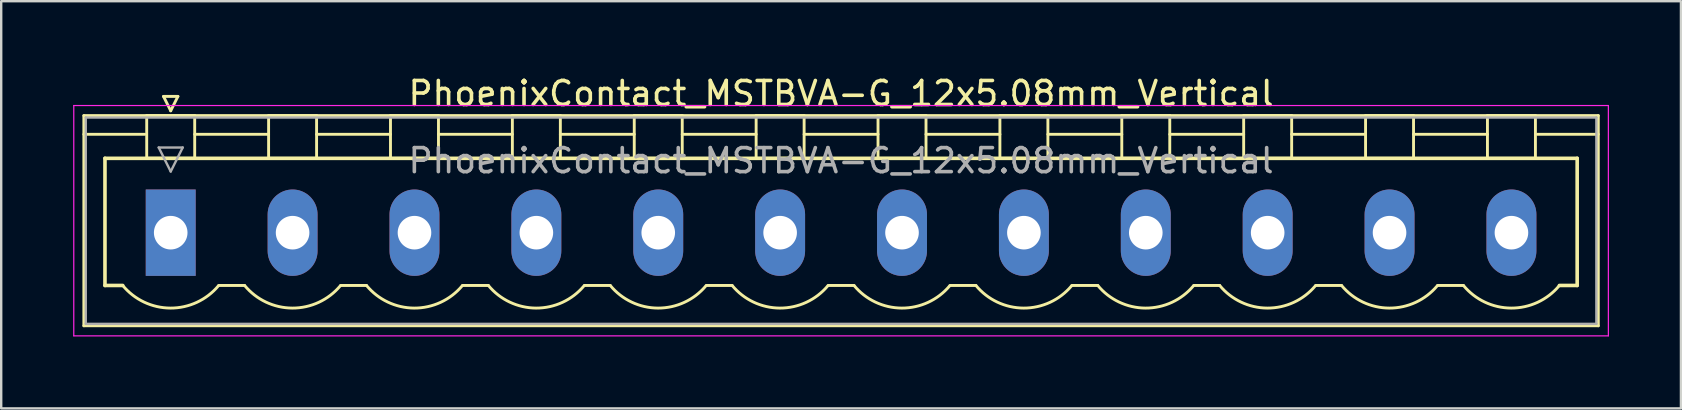
<source format=kicad_pcb>
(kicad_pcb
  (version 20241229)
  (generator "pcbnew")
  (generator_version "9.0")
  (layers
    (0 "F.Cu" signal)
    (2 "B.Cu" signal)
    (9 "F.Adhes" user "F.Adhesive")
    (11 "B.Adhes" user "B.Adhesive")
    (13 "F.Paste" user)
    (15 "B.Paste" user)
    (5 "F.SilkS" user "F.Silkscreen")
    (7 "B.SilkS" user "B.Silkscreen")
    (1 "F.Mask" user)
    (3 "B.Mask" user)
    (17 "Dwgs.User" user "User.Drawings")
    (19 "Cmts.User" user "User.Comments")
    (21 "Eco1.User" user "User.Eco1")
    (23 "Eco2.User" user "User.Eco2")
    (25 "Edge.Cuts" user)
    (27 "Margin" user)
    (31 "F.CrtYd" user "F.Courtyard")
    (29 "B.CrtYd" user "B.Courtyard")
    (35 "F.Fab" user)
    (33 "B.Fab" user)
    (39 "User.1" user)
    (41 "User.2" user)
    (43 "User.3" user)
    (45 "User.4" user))
  (footprint "PhoenixContact_MSTBVA-G_12x5.08mm_Vertical"
    (layer "F.Cu")
    (at 4.065 6.648)
    (property "Reference" "PhoenixContact_MSTBVA-G_12x5.08mm_Vertical" (at 27.94 -5.8 0) (layer "F.SilkS") (effects (font (size 1 1) (thickness 0.15))))
    (attr through_hole)
    (fp_line (start -3.62 -4.88) (end -3.62 3.88) (stroke (width 0.12) (type solid)) (layer "F.SilkS"))
    (fp_line (start -3.62 -4.1) (end -1.08 -4.1) (stroke (width 0.12) (type solid)) (layer "F.SilkS"))
    (fp_line (start -3.62 3.88) (end 59.5 3.88) (stroke (width 0.12) (type solid)) (layer "F.SilkS"))
    (fp_line (start -2.74 -3.1) (end 58.62 -3.1) (stroke (width 0.15) (type solid)) (layer "F.SilkS"))
    (fp_line (start -2.74 2.2) (end -2.74 -3.1) (stroke (width 0.15) (type solid)) (layer "F.SilkS"))
    (fp_line (start -2 2.2) (end -2.74 2.2) (stroke (width 0.15) (type solid)) (layer "F.SilkS"))
    (fp_line (start -1 -4.88) (end 1 -4.88) (stroke (width 0.12) (type solid)) (layer "F.SilkS"))
    (fp_line (start -1 -3.1) (end -1 -4.88) (stroke (width 0.12) (type solid)) (layer "F.SilkS"))
    (fp_line (start -0.3 -5.68) (end 0.3 -5.68) (stroke (width 0.12) (type solid)) (layer "F.SilkS"))
    (fp_line (start 0 -5.08) (end -0.3 -5.68) (stroke (width 0.12) (type solid)) (layer "F.SilkS"))
    (fp_line (start 0.3 -5.68) (end 0 -5.08) (stroke (width 0.12) (type solid)) (layer "F.SilkS"))
    (fp_line (start 1 -4.88) (end 1 -3.1) (stroke (width 0.12) (type solid)) (layer "F.SilkS"))
    (fp_line (start 1 -4.1) (end 4.08 -4.1) (stroke (width 0.12) (type solid)) (layer "F.SilkS"))
    (fp_line (start 1 -3.1) (end -1 -3.1) (stroke (width 0.12) (type solid)) (layer "F.SilkS"))
    (fp_line (start 2 2.2) (end 3.08 2.2) (stroke (width 0.12) (type solid)) (layer "F.SilkS"))
    (fp_line (start 4.08 -4.88) (end 6.08 -4.88) (stroke (width 0.12) (type solid)) (layer "F.SilkS"))
    (fp_line (start 4.08 -3.1) (end 4.08 -4.88) (stroke (width 0.12) (type solid)) (layer "F.SilkS"))
    (fp_line (start 6.08 -4.88) (end 6.08 -3.1) (stroke (width 0.12) (type solid)) (layer "F.SilkS"))
    (fp_line (start 6.08 -4.1) (end 9.16 -4.1) (stroke (width 0.12) (type solid)) (layer "F.SilkS"))
    (fp_line (start 6.08 -3.1) (end 4.08 -3.1) (stroke (width 0.12) (type solid)) (layer "F.SilkS"))
    (fp_line (start 7.08 2.2) (end 8.16 2.2) (stroke (width 0.12) (type solid)) (layer "F.SilkS"))
    (fp_line (start 9.16 -4.88) (end 11.16 -4.88) (stroke (width 0.12) (type solid)) (layer "F.SilkS"))
    (fp_line (start 9.16 -3.1) (end 9.16 -4.88) (stroke (width 0.12) (type solid)) (layer "F.SilkS"))
    (fp_line (start 11.16 -4.88) (end 11.16 -3.1) (stroke (width 0.12) (type solid)) (layer "F.SilkS"))
    (fp_line (start 11.16 -4.1) (end 14.24 -4.1) (stroke (width 0.12) (type solid)) (layer "F.SilkS"))
    (fp_line (start 11.16 -3.1) (end 9.16 -3.1) (stroke (width 0.12) (type solid)) (layer "F.SilkS"))
    (fp_line (start 12.16 2.2) (end 13.24 2.2) (stroke (width 0.12) (type solid)) (layer "F.SilkS"))
    (fp_line (start 14.24 -4.88) (end 16.24 -4.88) (stroke (width 0.12) (type solid)) (layer "F.SilkS"))
    (fp_line (start 14.24 -3.1) (end 14.24 -4.88) (stroke (width 0.12) (type solid)) (layer "F.SilkS"))
    (fp_line (start 16.24 -4.88) (end 16.24 -3.1) (stroke (width 0.12) (type solid)) (layer "F.SilkS"))
    (fp_line (start 16.24 -4.1) (end 19.32 -4.1) (stroke (width 0.12) (type solid)) (layer "F.SilkS"))
    (fp_line (start 16.24 -3.1) (end 14.24 -3.1) (stroke (width 0.12) (type solid)) (layer "F.SilkS"))
    (fp_line (start 17.24 2.2) (end 18.32 2.2) (stroke (width 0.12) (type solid)) (layer "F.SilkS"))
    (fp_line (start 19.32 -4.88) (end 21.32 -4.88) (stroke (width 0.12) (type solid)) (layer "F.SilkS"))
    (fp_line (start 19.32 -3.1) (end 19.32 -4.88) (stroke (width 0.12) (type solid)) (layer "F.SilkS"))
    (fp_line (start 21.32 -4.88) (end 21.32 -3.1) (stroke (width 0.12) (type solid)) (layer "F.SilkS"))
    (fp_line (start 21.32 -4.1) (end 24.4 -4.1) (stroke (width 0.12) (type solid)) (layer "F.SilkS"))
    (fp_line (start 21.32 -3.1) (end 19.32 -3.1) (stroke (width 0.12) (type solid)) (layer "F.SilkS"))
    (fp_line (start 22.32 2.2) (end 23.4 2.2) (stroke (width 0.12) (type solid)) (layer "F.SilkS"))
    (fp_line (start 24.4 -4.88) (end 26.4 -4.88) (stroke (width 0.12) (type solid)) (layer "F.SilkS"))
    (fp_line (start 24.4 -3.1) (end 24.4 -4.88) (stroke (width 0.12) (type solid)) (layer "F.SilkS"))
    (fp_line (start 26.4 -4.88) (end 26.4 -3.1) (stroke (width 0.12) (type solid)) (layer "F.SilkS"))
    (fp_line (start 26.4 -4.1) (end 29.48 -4.1) (stroke (width 0.12) (type solid)) (layer "F.SilkS"))
    (fp_line (start 26.4 -3.1) (end 24.4 -3.1) (stroke (width 0.12) (type solid)) (layer "F.SilkS"))
    (fp_line (start 27.4 2.2) (end 28.48 2.2) (stroke (width 0.12) (type solid)) (layer "F.SilkS"))
    (fp_line (start 29.48 -4.88) (end 31.48 -4.88) (stroke (width 0.12) (type solid)) (layer "F.SilkS"))
    (fp_line (start 29.48 -3.1) (end 29.48 -4.88) (stroke (width 0.12) (type solid)) (layer "F.SilkS"))
    (fp_line (start 31.48 -4.88) (end 31.48 -3.1) (stroke (width 0.12) (type solid)) (layer "F.SilkS"))
    (fp_line (start 31.48 -4.1) (end 34.56 -4.1) (stroke (width 0.12) (type solid)) (layer "F.SilkS"))
    (fp_line (start 31.48 -3.1) (end 29.48 -3.1) (stroke (width 0.12) (type solid)) (layer "F.SilkS"))
    (fp_line (start 32.48 2.2) (end 33.56 2.2) (stroke (width 0.12) (type solid)) (layer "F.SilkS"))
    (fp_line (start 34.56 -4.88) (end 36.56 -4.88) (stroke (width 0.12) (type solid)) (layer "F.SilkS"))
    (fp_line (start 34.56 -3.1) (end 34.56 -4.88) (stroke (width 0.12) (type solid)) (layer "F.SilkS"))
    (fp_line (start 36.56 -4.88) (end 36.56 -3.1) (stroke (width 0.12) (type solid)) (layer "F.SilkS"))
    (fp_line (start 36.56 -4.1) (end 39.64 -4.1) (stroke (width 0.12) (type solid)) (layer "F.SilkS"))
    (fp_line (start 36.56 -3.1) (end 34.56 -3.1) (stroke (width 0.12) (type solid)) (layer "F.SilkS"))
    (fp_line (start 37.56 2.2) (end 38.64 2.2) (stroke (width 0.12) (type solid)) (layer "F.SilkS"))
    (fp_line (start 39.64 -4.88) (end 41.64 -4.88) (stroke (width 0.12) (type solid)) (layer "F.SilkS"))
    (fp_line (start 39.64 -3.1) (end 39.64 -4.88) (stroke (width 0.12) (type solid)) (layer "F.SilkS"))
    (fp_line (start 41.64 -4.88) (end 41.64 -3.1) (stroke (width 0.12) (type solid)) (layer "F.SilkS"))
    (fp_line (start 41.64 -4.1) (end 44.72 -4.1) (stroke (width 0.12) (type solid)) (layer "F.SilkS"))
    (fp_line (start 41.64 -3.1) (end 39.64 -3.1) (stroke (width 0.12) (type solid)) (layer "F.SilkS"))
    (fp_line (start 42.64 2.2) (end 43.72 2.2) (stroke (width 0.12) (type solid)) (layer "F.SilkS"))
    (fp_line (start 44.72 -4.88) (end 46.72 -4.88) (stroke (width 0.12) (type solid)) (layer "F.SilkS"))
    (fp_line (start 44.72 -3.1) (end 44.72 -4.88) (stroke (width 0.12) (type solid)) (layer "F.SilkS"))
    (fp_line (start 46.72 -4.88) (end 46.72 -3.1) (stroke (width 0.12) (type solid)) (layer "F.SilkS"))
    (fp_line (start 46.72 -4.1) (end 49.8 -4.1) (stroke (width 0.12) (type solid)) (layer "F.SilkS"))
    (fp_line (start 46.72 -3.1) (end 44.72 -3.1) (stroke (width 0.12) (type solid)) (layer "F.SilkS"))
    (fp_line (start 47.72 2.2) (end 48.8 2.2) (stroke (width 0.12) (type solid)) (layer "F.SilkS"))
    (fp_line (start 49.8 -4.88) (end 51.8 -4.88) (stroke (width 0.12) (type solid)) (layer "F.SilkS"))
    (fp_line (start 49.8 -3.1) (end 49.8 -4.88) (stroke (width 0.12) (type solid)) (layer "F.SilkS"))
    (fp_line (start 51.8 -4.88) (end 51.8 -3.1) (stroke (width 0.12) (type solid)) (layer "F.SilkS"))
    (fp_line (start 51.8 -4.1) (end 54.88 -4.1) (stroke (width 0.12) (type solid)) (layer "F.SilkS"))
    (fp_line (start 51.8 -3.1) (end 49.8 -3.1) (stroke (width 0.12) (type solid)) (layer "F.SilkS"))
    (fp_line (start 52.8 2.2) (end 53.88 2.2) (stroke (width 0.12) (type solid)) (layer "F.SilkS"))
    (fp_line (start 54.88 -4.88) (end 56.88 -4.88) (stroke (width 0.12) (type solid)) (layer "F.SilkS"))
    (fp_line (start 54.88 -3.1) (end 54.88 -4.88) (stroke (width 0.12) (type solid)) (layer "F.SilkS"))
    (fp_line (start 56.88 -4.88) (end 56.88 -3.1) (stroke (width 0.12) (type solid)) (layer "F.SilkS"))
    (fp_line (start 56.88 -3.1) (end 54.88 -3.1) (stroke (width 0.12) (type solid)) (layer "F.SilkS"))
    (fp_line (start 58.62 -3.1) (end 58.62 2.2) (stroke (width 0.15) (type solid)) (layer "F.SilkS"))
    (fp_line (start 58.62 2.2) (end 57.88 2.2) (stroke (width 0.15) (type solid)) (layer "F.SilkS"))
    (fp_line (start 59.5 -4.88) (end -3.62 -4.88) (stroke (width 0.12) (type solid)) (layer "F.SilkS"))
    (fp_line (start 59.5 -4.1) (end 56.96 -4.1) (stroke (width 0.12) (type solid)) (layer "F.SilkS"))
    (fp_line (start 59.5 3.88) (end 59.5 -4.88) (stroke (width 0.12) (type solid)) (layer "F.SilkS"))
    (fp_arc (start 1.986842 2.215821) (mid -0.010289 3.142758) (end -2 2.2) (stroke (width 0.12) (type solid)) (layer "F.SilkS"))
    (fp_arc (start 7.066842 2.215821) (mid 5.069711 3.142758) (end 3.08 2.2) (stroke (width 0.12) (type solid)) (layer "F.SilkS"))
    (fp_arc (start 12.146842 2.215821) (mid 10.149711 3.142758) (end 8.16 2.2) (stroke (width 0.12) (type solid)) (layer "F.SilkS"))
    (fp_arc (start 17.226842 2.215821) (mid 15.229711 3.142758) (end 13.24 2.2) (stroke (width 0.12) (type solid)) (layer "F.SilkS"))
    (fp_arc (start 22.306842 2.215821) (mid 20.309711 3.142758) (end 18.32 2.2) (stroke (width 0.12) (type solid)) (layer "F.SilkS"))
    (fp_arc (start 27.386842 2.215821) (mid 25.389711 3.142758) (end 23.4 2.2) (stroke (width 0.12) (type solid)) (layer "F.SilkS"))
    (fp_arc (start 32.466842 2.215821) (mid 30.469711 3.142758) (end 28.48 2.2) (stroke (width 0.12) (type solid)) (layer "F.SilkS"))
    (fp_arc (start 37.546842 2.215821) (mid 35.549711 3.142758) (end 33.56 2.2) (stroke (width 0.12) (type solid)) (layer "F.SilkS"))
    (fp_arc (start 42.626842 2.215821) (mid 40.629711 3.142758) (end 38.64 2.2) (stroke (width 0.12) (type solid)) (layer "F.SilkS"))
    (fp_arc (start 47.706842 2.215821) (mid 45.709711 3.142758) (end 43.72 2.2) (stroke (width 0.12) (type solid)) (layer "F.SilkS"))
    (fp_arc (start 52.786842 2.215821) (mid 50.789711 3.142758) (end 48.8 2.2) (stroke (width 0.12) (type solid)) (layer "F.SilkS"))
    (fp_arc (start 57.866842 2.215821) (mid 55.869711 3.142758) (end 53.88 2.2) (stroke (width 0.12) (type solid)) (layer "F.SilkS"))
    (fp_line (start -4.04 -5.3) (end -4.04 4.3) (stroke (width 0.05) (type solid)) (layer "F.CrtYd"))
    (fp_line (start -4.04 4.3) (end 59.92 4.3) (stroke (width 0.05) (type solid)) (layer "F.CrtYd"))
    (fp_line (start 59.92 -5.3) (end -4.04 -5.3) (stroke (width 0.05) (type solid)) (layer "F.CrtYd"))
    (fp_line (start 59.92 4.3) (end 59.92 -5.3) (stroke (width 0.05) (type solid)) (layer "F.CrtYd"))
    (fp_line (start -3.54 -4.8) (end -3.54 3.8) (stroke (width 0.1) (type solid)) (layer "F.Fab"))
    (fp_line (start -3.54 3.8) (end 59.42 3.8) (stroke (width 0.1) (type solid)) (layer "F.Fab"))
    (fp_line (start -0.5 -3.55) (end 0.5 -3.55) (stroke (width 0.1) (type solid)) (layer "F.Fab"))
    (fp_line (start 0 -2.55) (end -0.5 -3.55) (stroke (width 0.1) (type solid)) (layer "F.Fab"))
    (fp_line (start 0.5 -3.55) (end 0 -2.55) (stroke (width 0.1) (type solid)) (layer "F.Fab"))
    (fp_line (start 59.42 -4.8) (end -3.54 -4.8) (stroke (width 0.1) (type solid)) (layer "F.Fab"))
    (fp_line (start 59.42 3.8) (end 59.42 -4.8) (stroke (width 0.1) (type solid)) (layer "F.Fab"))
    (fp_text user "${REFERENCE}" (at 27.94 -3 0) (layer "F.Fab") (effects (font (size 1 1) (thickness 0.15))))
    (pad "1" thru_hole rect (at 0 0) (size 2.08 3.6) (drill 1.4) (layers "*.Cu" "*.Mask"))
    (pad "2" thru_hole oval (at 5.08 0) (size 2.08 3.6) (drill 1.4) (layers "*.Cu" "*.Mask"))
    (pad "3" thru_hole oval (at 10.16 0) (size 2.08 3.6) (drill 1.4) (layers "*.Cu" "*.Mask"))
    (pad "4" thru_hole oval (at 15.24 0) (size 2.08 3.6) (drill 1.4) (layers "*.Cu" "*.Mask"))
    (pad "5" thru_hole oval (at 20.32 0) (size 2.08 3.6) (drill 1.4) (layers "*.Cu" "*.Mask"))
    (pad "6" thru_hole oval (at 25.4 0) (size 2.08 3.6) (drill 1.4) (layers "*.Cu" "*.Mask"))
    (pad "7" thru_hole oval (at 30.48 0) (size 2.08 3.6) (drill 1.4) (layers "*.Cu" "*.Mask"))
    (pad "8" thru_hole oval (at 35.56 0) (size 2.08 3.6) (drill 1.4) (layers "*.Cu" "*.Mask"))
    (pad "9" thru_hole oval (at 40.64 0) (size 2.08 3.6) (drill 1.4) (layers "*.Cu" "*.Mask"))
    (pad "10" thru_hole oval (at 45.72 0) (size 2.08 3.6) (drill 1.4) (layers "*.Cu" "*.Mask"))
    (pad "11" thru_hole oval (at 50.8 0) (size 2.08 3.6) (drill 1.4) (layers "*.Cu" "*.Mask"))
    (pad "12" thru_hole oval (at 55.88 0) (size 2.08 3.6) (drill 1.4) (layers "*.Cu" "*.Mask")))
  (gr_rect
    (start -3 -3)
    (end 67.01 13.973)
    (stroke (width 0.1) (type default))
    (fill no)
    (layer "Edge.Cuts")))
</source>
